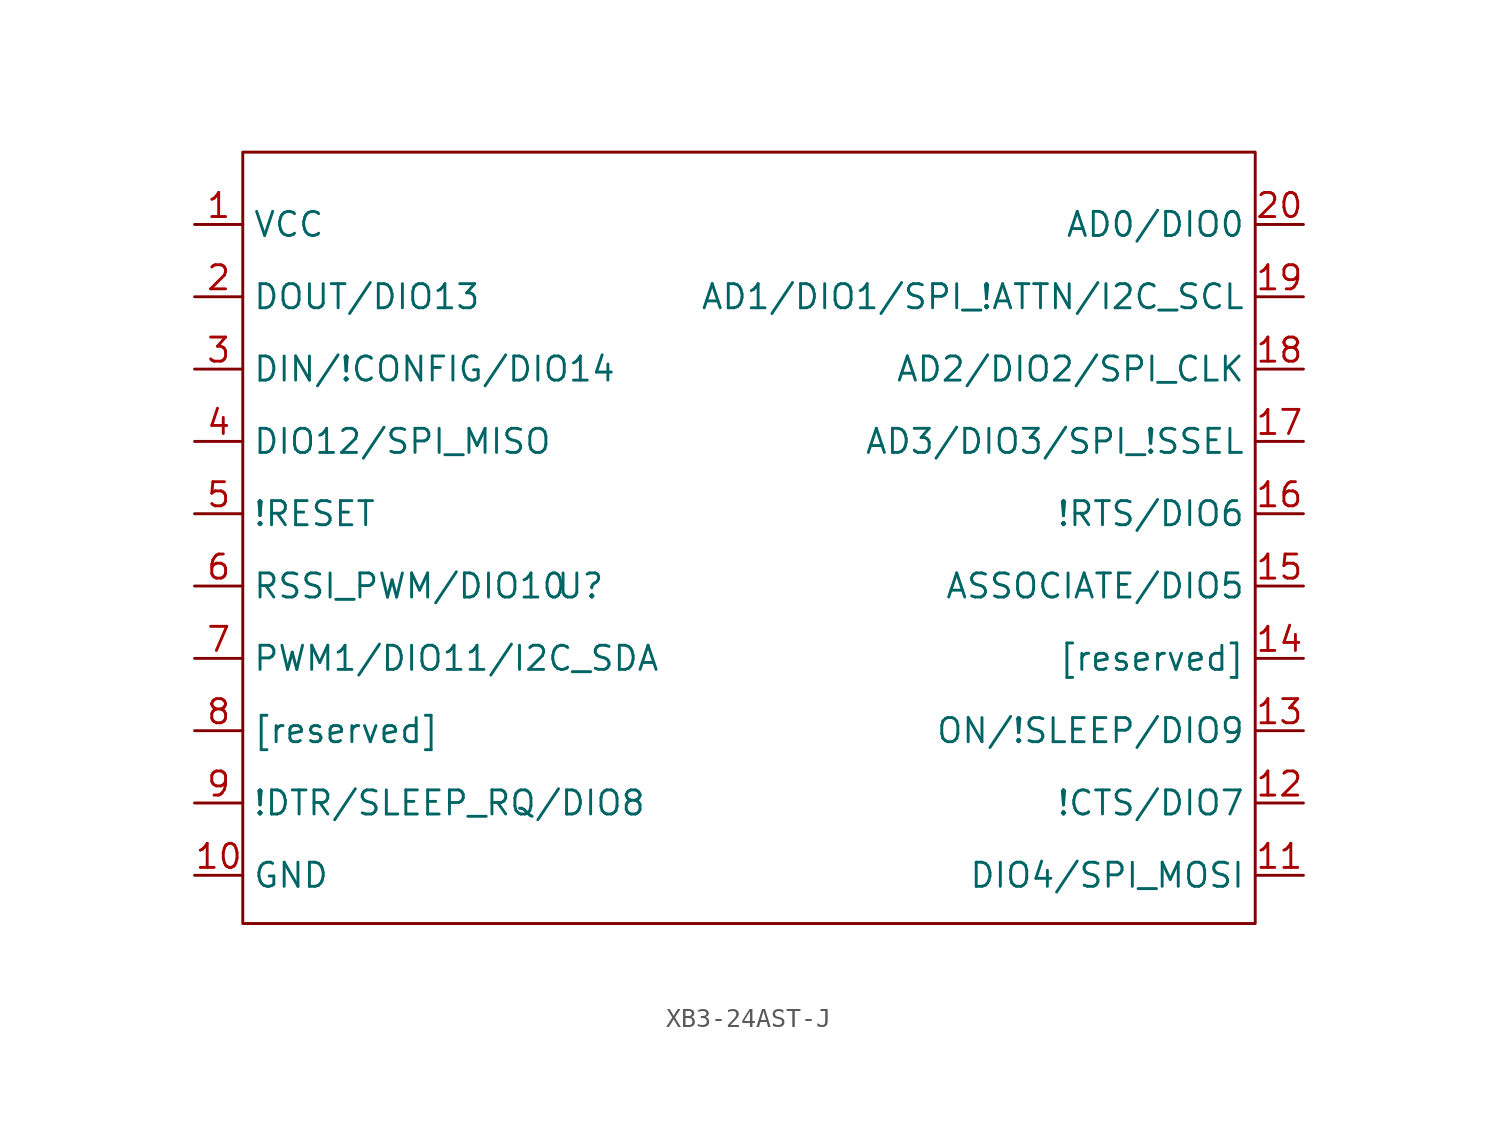
<source format=kicad_sym>
(kicad_symbol_lib
  (version 20220914)
  (generator kicad_symbol_editor)
  (symbol "XB3-24AST-J"
    (property "Reference" "U"
      (at -8.89 -2.54 0)
      (effects (font (size 1.27 1.27))))
    (property "Value" ""
      (at -8.89 -2.54 0)
      (effects (font (size 1.27 1.27))))
    (symbol "XB3-24AST-J_0_1"
      (rectangle (start -26.67 20.32) (end 26.67 -20.32) (stroke (width 0) (type default)) (fill (type none))))
    (symbol "XB3-24AST-J_1_1"
      (pin input line (at -29.21 16.51 0) (length 2.54) (name "VCC" (effects (font (size 1.27 1.27)))) (number "1" (effects (font (size 1.27 1.27)))))
      (pin input line (at -29.21 -17.78 0) (length 2.54) (name "GND" (effects (font (size 1.27 1.27)))) (number "10" (effects (font (size 1.27 1.27)))))
      (pin input line (at 29.21 -17.78 180) (length 2.54) (name "DIO4/SPI_MOSI" (effects (font (size 1.27 1.27)))) (number "11" (effects (font (size 1.27 1.27)))))
      (pin input line (at 29.21 -13.97 180) (length 2.54) (name "!CTS/DIO7" (effects (font (size 1.27 1.27)))) (number "12" (effects (font (size 1.27 1.27)))))
      (pin input line (at 29.21 -10.16 180) (length 2.54) (name "ON/!SLEEP/DIO9" (effects (font (size 1.27 1.27)))) (number "13" (effects (font (size 1.27 1.27)))))
      (pin input line (at 29.21 -6.35 180) (length 2.54) (name "[reserved]" (effects (font (size 1.27 1.27)))) (number "14" (effects (font (size 1.27 1.27)))))
      (pin input line (at 29.21 -2.54 180) (length 2.54) (name "ASSOCIATE/DIO5" (effects (font (size 1.27 1.27)))) (number "15" (effects (font (size 1.27 1.27)))))
      (pin input line (at 29.21 1.27 180) (length 2.54) (name "!RTS/DIO6" (effects (font (size 1.27 1.27)))) (number "16" (effects (font (size 1.27 1.27)))))
      (pin input line (at 29.21 5.08 180) (length 2.54) (name "AD3/DIO3/SPI_!SSEL" (effects (font (size 1.27 1.27)))) (number "17" (effects (font (size 1.27 1.27)))))
      (pin input line (at 29.21 8.89 180) (length 2.54) (name "AD2/DIO2/SPI_CLK" (effects (font (size 1.27 1.27)))) (number "18" (effects (font (size 1.27 1.27)))))
      (pin input line (at 29.21 12.7 180) (length 2.54) (name "AD1/DIO1/SPI_!ATTN/I2C_SCL" (effects (font (size 1.27 1.27)))) (number "19" (effects (font (size 1.27 1.27)))))
      (pin input line (at -29.21 12.7 0) (length 2.54) (name "DOUT/DIO13" (effects (font (size 1.27 1.27)))) (number "2" (effects (font (size 1.27 1.27)))))
      (pin input line (at 29.21 16.51 180) (length 2.54) (name "AD0/DIO0" (effects (font (size 1.27 1.27)))) (number "20" (effects (font (size 1.27 1.27)))))
      (pin input line (at -29.21 8.89 0) (length 2.54) (name "DIN/!CONFIG/DIO14" (effects (font (size 1.27 1.27)))) (number "3" (effects (font (size 1.27 1.27)))))
      (pin input line (at -29.21 5.08 0) (length 2.54) (name "DIO12/SPI_MISO" (effects (font (size 1.27 1.27)))) (number "4" (effects (font (size 1.27 1.27)))))
      (pin input line (at -29.21 1.27 0) (length 2.54) (name "!RESET" (effects (font (size 1.27 1.27)))) (number "5" (effects (font (size 1.27 1.27)))))
      (pin input line (at -29.21 -2.54 0) (length 2.54) (name "RSSI_PWM/DIO10" (effects (font (size 1.27 1.27)))) (number "6" (effects (font (size 1.27 1.27)))))
      (pin input line (at -29.21 -6.35 0) (length 2.54) (name "PWM1/DIO11/I2C_SDA" (effects (font (size 1.27 1.27)))) (number "7" (effects (font (size 1.27 1.27)))))
      (pin input line (at -29.21 -10.16 0) (length 2.54) (name "[reserved]" (effects (font (size 1.27 1.27)))) (number "8" (effects (font (size 1.27 1.27)))))
      (pin input line (at -29.21 -13.97 0) (length 2.54) (name "!DTR/SLEEP_RQ/DIO8" (effects (font (size 1.27 1.27)))) (number "9" (effects (font (size 1.27 1.27))))))))
</source>
